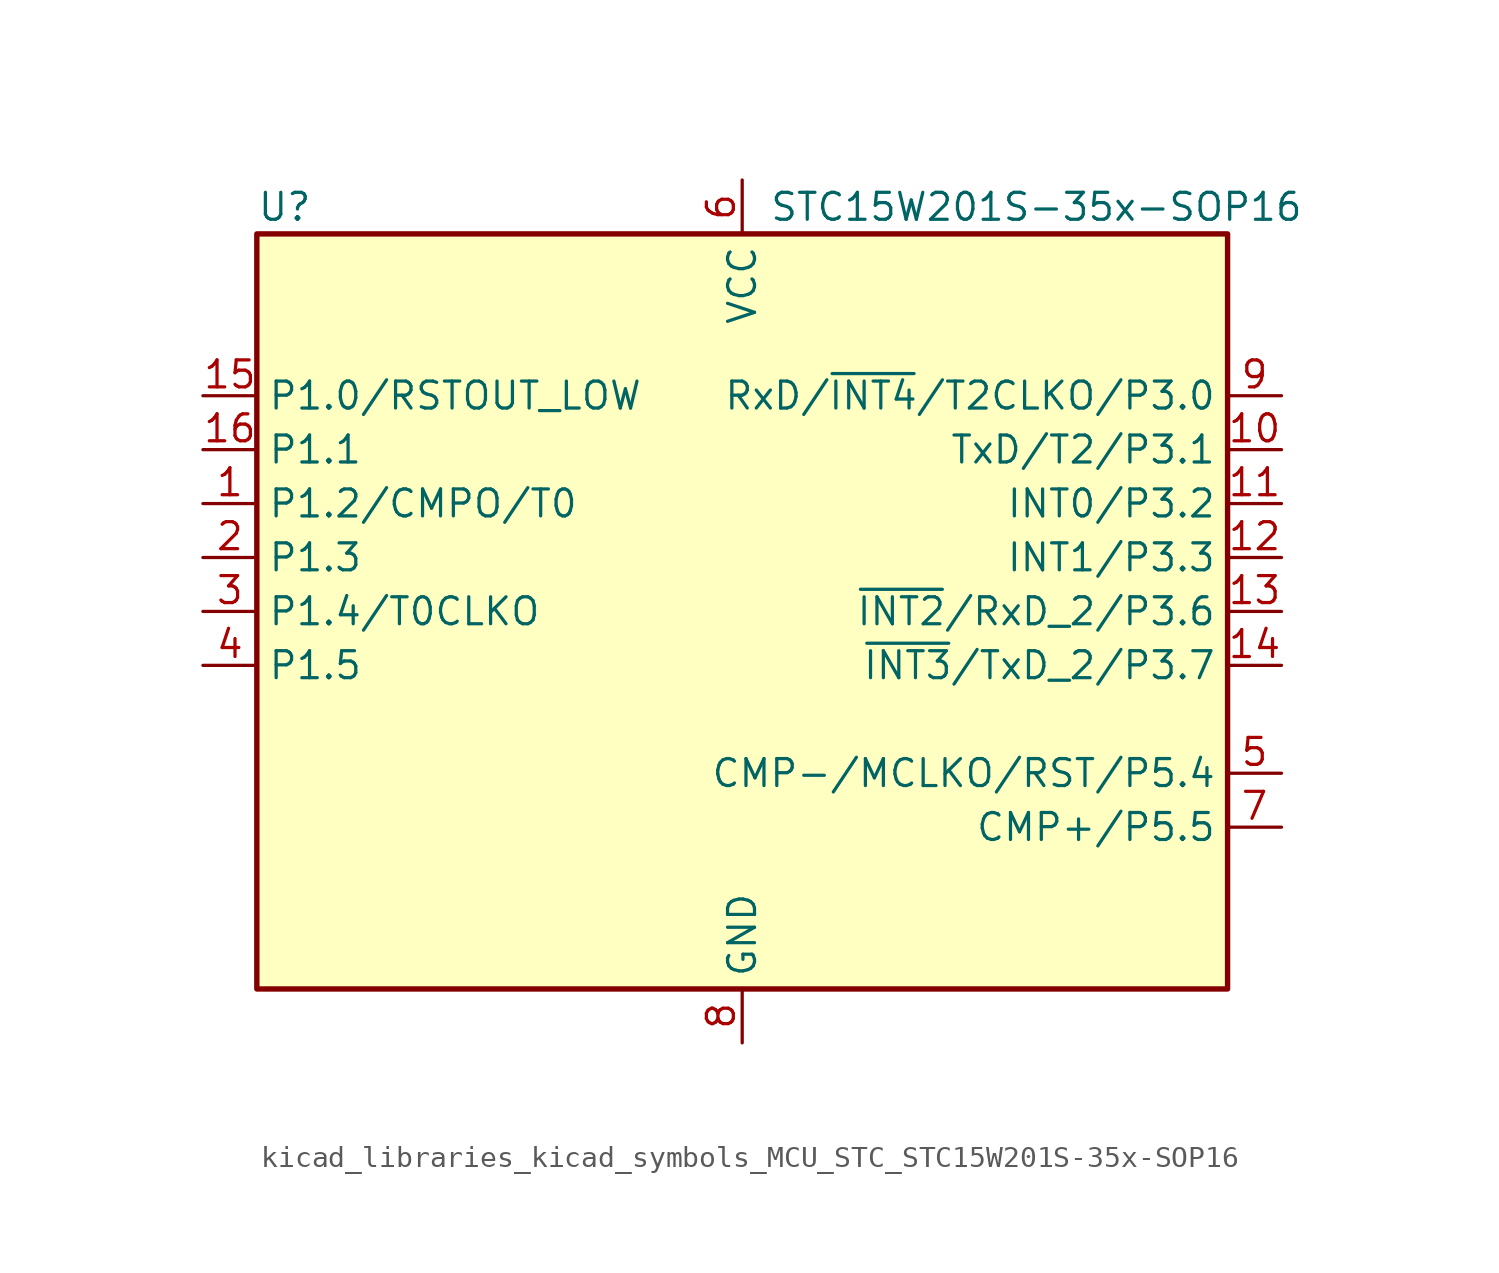
<source format=kicad_sym>
(kicad_symbol_lib
  (version 20220914)
  (generator kicad_symbol_editor)
  (symbol "kicad_libraries_kicad_symbols_MCU_STC_STC15W201S-35x-SOP16"
    (property "Reference" "U"
      (at -22.86 19.05 0)
      (effects (font (size 1.27 1.27)) (justify left)))
    (property "Value" "STC15W201S-35x-SOP16"
      (at 1.27 19.05 0)
      (effects (font (size 1.27 1.27)) (justify left)))
    (symbol "kicad_libraries_kicad_symbols_MCU_STC_STC15W201S-35x-SOP16_0_1"
      (rectangle (start -22.86 17.78) (end 22.86 -17.78) (stroke (width 0.254) (type default)) (fill (type background))))
    (symbol "kicad_libraries_kicad_symbols_MCU_STC_STC15W201S-35x-SOP16_1_1"
      (pin bidirectional line (at -25.4 5.08 0) (length 2.54) (name "P1.2/CMPO/T0" (effects (font (size 1.27 1.27)))) (number "1" (effects (font (size 1.27 1.27)))))
      (pin bidirectional line (at 25.4 7.62 180) (length 2.54) (name "TxD/T2/P3.1" (effects (font (size 1.27 1.27)))) (number "10" (effects (font (size 1.27 1.27)))))
      (pin bidirectional line (at 25.4 5.08 180) (length 2.54) (name "INT0/P3.2" (effects (font (size 1.27 1.27)))) (number "11" (effects (font (size 1.27 1.27)))))
      (pin bidirectional line (at 25.4 2.54 180) (length 2.54) (name "INT1/P3.3" (effects (font (size 1.27 1.27)))) (number "12" (effects (font (size 1.27 1.27)))))
      (pin bidirectional line (at 25.4 0 180) (length 2.54) (name "~{INT2}/RxD_2/P3.6" (effects (font (size 1.27 1.27)))) (number "13" (effects (font (size 1.27 1.27)))))
      (pin bidirectional line (at 25.4 -2.54 180) (length 2.54) (name "~{INT3}/TxD_2/P3.7" (effects (font (size 1.27 1.27)))) (number "14" (effects (font (size 1.27 1.27)))))
      (pin bidirectional line (at -25.4 10.16 0) (length 2.54) (name "P1.0/RSTOUT_LOW" (effects (font (size 1.27 1.27)))) (number "15" (effects (font (size 1.27 1.27)))))
      (pin bidirectional line (at -25.4 7.62 0) (length 2.54) (name "P1.1" (effects (font (size 1.27 1.27)))) (number "16" (effects (font (size 1.27 1.27)))))
      (pin bidirectional line (at -25.4 2.54 0) (length 2.54) (name "P1.3" (effects (font (size 1.27 1.27)))) (number "2" (effects (font (size 1.27 1.27)))))
      (pin bidirectional line (at -25.4 0 0) (length 2.54) (name "P1.4/T0CLKO" (effects (font (size 1.27 1.27)))) (number "3" (effects (font (size 1.27 1.27)))))
      (pin bidirectional line (at -25.4 -2.54 0) (length 2.54) (name "P1.5" (effects (font (size 1.27 1.27)))) (number "4" (effects (font (size 1.27 1.27)))))
      (pin bidirectional line (at 25.4 -7.62 180) (length 2.54) (name "CMP-/MCLKO/RST/P5.4" (effects (font (size 1.27 1.27)))) (number "5" (effects (font (size 1.27 1.27)))))
      (pin power_in line (at 0 20.32 270) (length 2.54) (name "VCC" (effects (font (size 1.27 1.27)))) (number "6" (effects (font (size 1.27 1.27)))))
      (pin bidirectional line (at 25.4 -10.16 180) (length 2.54) (name "CMP+/P5.5" (effects (font (size 1.27 1.27)))) (number "7" (effects (font (size 1.27 1.27)))))
      (pin power_in line (at 0 -20.32 90) (length 2.54) (name "GND" (effects (font (size 1.27 1.27)))) (number "8" (effects (font (size 1.27 1.27)))))
      (pin bidirectional line (at 25.4 10.16 180) (length 2.54) (name "RxD/~{INT4}/T2CLKO/P3.0" (effects (font (size 1.27 1.27)))) (number "9" (effects (font (size 1.27 1.27))))))))
</source>
